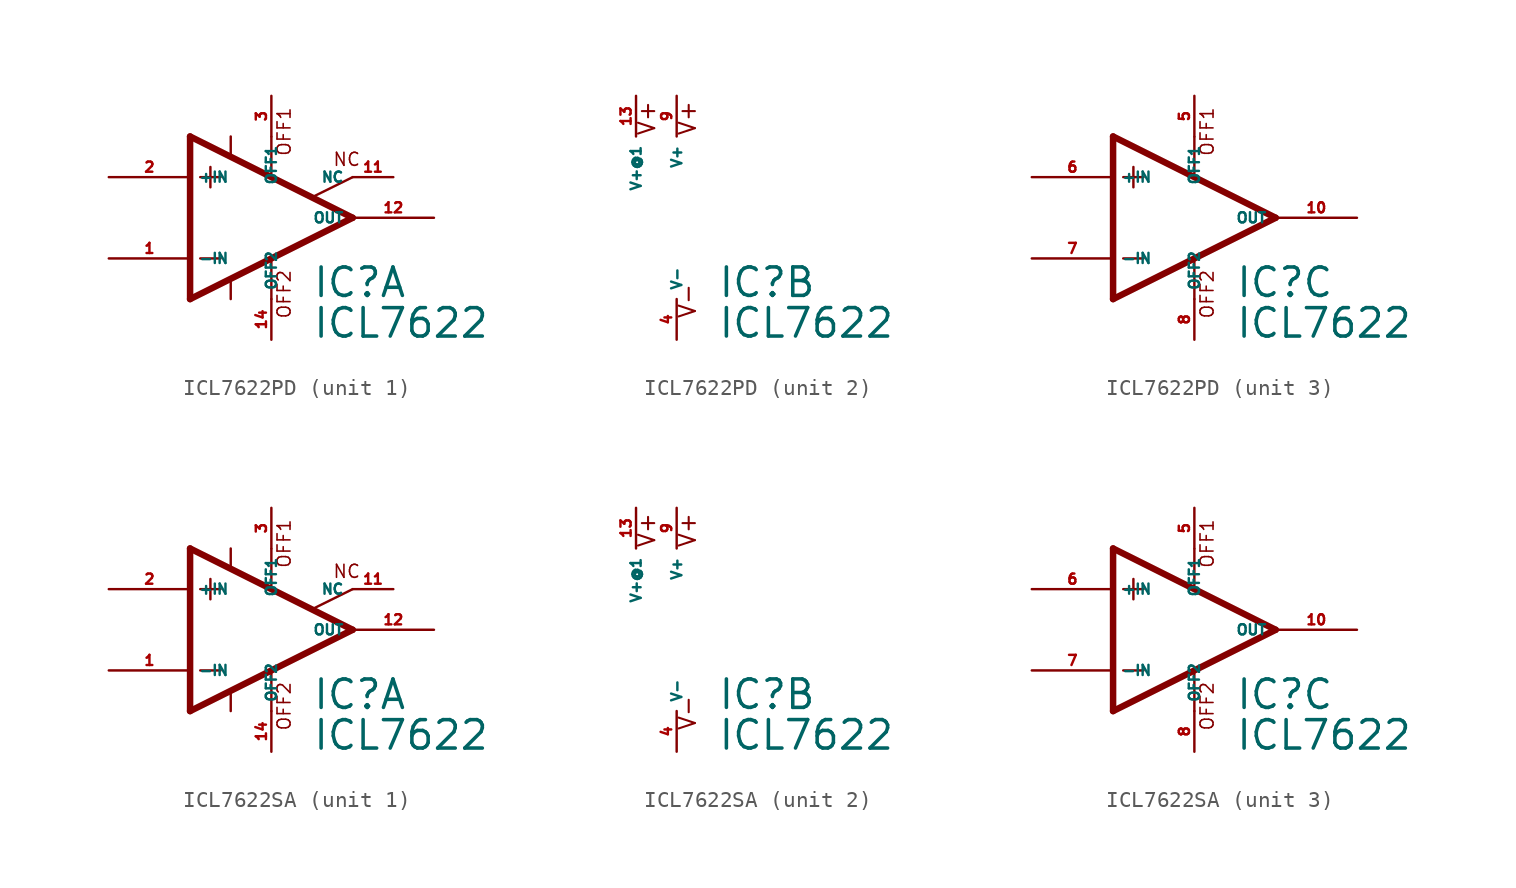
<source format=kicad_sym>
(kicad_symbol_lib
  (version 20220914)
  (generator Eagle2Kicad)
  (symbol "ICL7622PD"
    (property "Reference" "IC"
      (at 2.54 -5.08 0)
      (effects (font (size 1.778 1.778) (thickness 0.22)) (justify left bottom)))
    (property "Value" "ICL7622"
      (at 2.54 -7.62 0)
      (effects (font (size 1.778 1.778) (thickness 0.22)) (justify left bottom)))
    (symbol "ICL7622PD_1_0"
      (polyline (pts (xy -3.81 3.175) (xy -3.81 1.905)) (stroke (width 0.152) (type default)) (fill (type none)))
      (polyline (pts (xy -4.445 2.54) (xy -3.175 2.54)) (stroke (width 0.152) (type default)) (fill (type none)))
      (polyline (pts (xy -4.445 -2.54) (xy -3.175 -2.54)) (stroke (width 0.152) (type default)) (fill (type none)))
      (polyline (pts (xy -2.54 5.08) (xy -2.54 3.886)) (stroke (width 0.152) (type default)) (fill (type none)))
      (polyline (pts (xy 0 5.055) (xy 0 2.616)) (stroke (width 0.152) (type default)) (fill (type none)))
      (polyline (pts (xy 0 -2.616) (xy 0 -5.08)) (stroke (width 0.152) (type default)) (fill (type none)))
      (polyline (pts (xy -2.54 -3.912) (xy -2.54 -5.08)) (stroke (width 0.152) (type default)) (fill (type none)))
      (polyline (pts (xy 5.08 2.54) (xy 2.616 1.321)) (stroke (width 0.152) (type default)) (fill (type none)))
      (polyline (pts (xy 5.08 0) (xy -5.08 5.08)) (stroke (width 0.406) (type default)) (fill (type none)))
      (polyline (pts (xy -5.08 5.08) (xy -5.08 -5.08)) (stroke (width 0.406) (type default)) (fill (type none)))
      (polyline (pts (xy -5.08 -5.08) (xy 5.08 0)) (stroke (width 0.406) (type default)) (fill (type none)))
      (text "OFF1" (at 1.27 3.81 900) (effects (font (size 0.813 0.813) (thickness 0.10)) (justify left bottom)))
      (text "OFF2" (at 1.27 -6.35 900) (effects (font (size 0.813 0.813) (thickness 0.10)) (justify left bottom)))
      (text "NC" (at 3.81 3.175 0) (effects (font (size 0.813 0.813) (thickness 0.10)) (justify left bottom)))
      (pin passive line (at 7.62 2.54 180) (length 2.54) (name "NC" (effects (font (size 0.635 0.635) (thickness 0.08)) (justify left bottom))) (number "11" (effects (font (size 0.635 0.635) (thickness 0.08)) (justify left bottom))))
      (pin passive line (at 0 7.62 270) (length 2.54) (name "OFF1" (effects (font (size 0.635 0.635) (thickness 0.08)) (justify left bottom))) (number "3" (effects (font (size 0.635 0.635) (thickness 0.08)) (justify left bottom))))
      (pin input line (at -10.16 -2.54 0) (length 5.08) (name "-IN" (effects (font (size 0.635 0.635) (thickness 0.08)) (justify left bottom))) (number "1" (effects (font (size 0.635 0.635) (thickness 0.08)) (justify left bottom))))
      (pin input line (at -10.16 2.54 0) (length 5.08) (name "+IN" (effects (font (size 0.635 0.635) (thickness 0.08)) (justify left bottom))) (number "2" (effects (font (size 0.635 0.635) (thickness 0.08)) (justify left bottom))))
      (pin output line (at 10.16 0 180) (length 5.08) (name "OUT" (effects (font (size 0.635 0.635) (thickness 0.08)) (justify left bottom))) (number "12" (effects (font (size 0.635 0.635) (thickness 0.08)) (justify left bottom))))
      (pin passive line (at 0 -7.62 90) (length 2.54) (name "OFF2" (effects (font (size 0.635 0.635) (thickness 0.08)) (justify left bottom))) (number "14" (effects (font (size 0.635 0.635) (thickness 0.08)) (justify left bottom)))))
    (symbol "ICL7622PD_2_0"
      (text "V+" (at 1.27 5.08 900) (effects (font (size 1.016 1.016) (thickness 0.13)) (justify left bottom)))
      (text "V-" (at 1.27 -6.35 900) (effects (font (size 1.016 1.016) (thickness 0.13)) (justify left bottom)))
      (text "V+" (at -1.27 5.08 900) (effects (font (size 1.016 1.016) (thickness 0.13)) (justify left bottom)))
      (pin unspecified line (at 0 7.62 270) (length 2.54) (name "V+" (effects (font (size 0.635 0.635) (thickness 0.08)) (justify left bottom))) (number "9" (effects (font (size 0.635 0.635) (thickness 0.08)) (justify left bottom))))
      (pin unspecified line (at 0 -7.62 90) (length 2.54) (name "V-" (effects (font (size 0.635 0.635) (thickness 0.08)) (justify left bottom))) (number "4" (effects (font (size 0.635 0.635) (thickness 0.08)) (justify left bottom))))
      (pin unspecified line (at -2.54 7.62 270) (length 2.54) (name "V+@1" (effects (font (size 0.635 0.635) (thickness 0.08)) (justify left bottom))) (number "13" (effects (font (size 0.635 0.635) (thickness 0.08)) (justify left bottom)))))
    (symbol "ICL7622PD_3_0"
      (polyline (pts (xy -3.81 3.175) (xy -3.81 1.905)) (stroke (width 0.152) (type default)) (fill (type none)))
      (polyline (pts (xy -4.445 2.54) (xy -3.175 2.54)) (stroke (width 0.152) (type default)) (fill (type none)))
      (polyline (pts (xy -4.445 -2.54) (xy -3.175 -2.54)) (stroke (width 0.152) (type default)) (fill (type none)))
      (polyline (pts (xy 0 5.055) (xy 0 2.616)) (stroke (width 0.152) (type default)) (fill (type none)))
      (polyline (pts (xy 0 -2.616) (xy 0 -5.08)) (stroke (width 0.152) (type default)) (fill (type none)))
      (polyline (pts (xy 5.08 0) (xy -5.08 5.08)) (stroke (width 0.406) (type default)) (fill (type none)))
      (polyline (pts (xy -5.08 5.08) (xy -5.08 -5.08)) (stroke (width 0.406) (type default)) (fill (type none)))
      (polyline (pts (xy -5.08 -5.08) (xy 5.08 0)) (stroke (width 0.406) (type default)) (fill (type none)))
      (text "OFF1" (at 1.27 3.81 900) (effects (font (size 0.813 0.813) (thickness 0.10)) (justify left bottom)))
      (text "OFF2" (at 1.27 -6.35 900) (effects (font (size 0.813 0.813) (thickness 0.10)) (justify left bottom)))
      (pin passive line (at 0 7.62 270) (length 2.54) (name "OFF1" (effects (font (size 0.635 0.635) (thickness 0.08)) (justify left bottom))) (number "5" (effects (font (size 0.635 0.635) (thickness 0.08)) (justify left bottom))))
      (pin input line (at -10.16 -2.54 0) (length 5.08) (name "-IN" (effects (font (size 0.635 0.635) (thickness 0.08)) (justify left bottom))) (number "7" (effects (font (size 0.635 0.635) (thickness 0.08)) (justify left bottom))))
      (pin input line (at -10.16 2.54 0) (length 5.08) (name "+IN" (effects (font (size 0.635 0.635) (thickness 0.08)) (justify left bottom))) (number "6" (effects (font (size 0.635 0.635) (thickness 0.08)) (justify left bottom))))
      (pin output line (at 10.16 0 180) (length 5.08) (name "OUT" (effects (font (size 0.635 0.635) (thickness 0.08)) (justify left bottom))) (number "10" (effects (font (size 0.635 0.635) (thickness 0.08)) (justify left bottom))))
      (pin passive line (at 0 -7.62 90) (length 2.54) (name "OFF2" (effects (font (size 0.635 0.635) (thickness 0.08)) (justify left bottom))) (number "8" (effects (font (size 0.635 0.635) (thickness 0.08)) (justify left bottom))))))
  (symbol "ICL7622SA"
    (property "Reference" "IC"
      (at 2.54 -5.08 0)
      (effects (font (size 1.778 1.778) (thickness 0.22)) (justify left bottom)))
    (property "Value" "ICL7622"
      (at 2.54 -7.62 0)
      (effects (font (size 1.778 1.778) (thickness 0.22)) (justify left bottom)))
    (symbol "ICL7622SA_1_0"
      (polyline (pts (xy -3.81 3.175) (xy -3.81 1.905)) (stroke (width 0.152) (type default)) (fill (type none)))
      (polyline (pts (xy -4.445 2.54) (xy -3.175 2.54)) (stroke (width 0.152) (type default)) (fill (type none)))
      (polyline (pts (xy -4.445 -2.54) (xy -3.175 -2.54)) (stroke (width 0.152) (type default)) (fill (type none)))
      (polyline (pts (xy -2.54 5.08) (xy -2.54 3.886)) (stroke (width 0.152) (type default)) (fill (type none)))
      (polyline (pts (xy 0 5.055) (xy 0 2.616)) (stroke (width 0.152) (type default)) (fill (type none)))
      (polyline (pts (xy 0 -2.616) (xy 0 -5.08)) (stroke (width 0.152) (type default)) (fill (type none)))
      (polyline (pts (xy -2.54 -3.912) (xy -2.54 -5.08)) (stroke (width 0.152) (type default)) (fill (type none)))
      (polyline (pts (xy 5.08 2.54) (xy 2.616 1.321)) (stroke (width 0.152) (type default)) (fill (type none)))
      (polyline (pts (xy 5.08 0) (xy -5.08 5.08)) (stroke (width 0.406) (type default)) (fill (type none)))
      (polyline (pts (xy -5.08 5.08) (xy -5.08 -5.08)) (stroke (width 0.406) (type default)) (fill (type none)))
      (polyline (pts (xy -5.08 -5.08) (xy 5.08 0)) (stroke (width 0.406) (type default)) (fill (type none)))
      (text "OFF1" (at 1.27 3.81 900) (effects (font (size 0.813 0.813) (thickness 0.10)) (justify left bottom)))
      (text "OFF2" (at 1.27 -6.35 900) (effects (font (size 0.813 0.813) (thickness 0.10)) (justify left bottom)))
      (text "NC" (at 3.81 3.175 0) (effects (font (size 0.813 0.813) (thickness 0.10)) (justify left bottom)))
      (pin passive line (at 7.62 2.54 180) (length 2.54) (name "NC" (effects (font (size 0.635 0.635) (thickness 0.08)) (justify left bottom))) (number "11" (effects (font (size 0.635 0.635) (thickness 0.08)) (justify left bottom))))
      (pin passive line (at 0 7.62 270) (length 2.54) (name "OFF1" (effects (font (size 0.635 0.635) (thickness 0.08)) (justify left bottom))) (number "3" (effects (font (size 0.635 0.635) (thickness 0.08)) (justify left bottom))))
      (pin input line (at -10.16 -2.54 0) (length 5.08) (name "-IN" (effects (font (size 0.635 0.635) (thickness 0.08)) (justify left bottom))) (number "1" (effects (font (size 0.635 0.635) (thickness 0.08)) (justify left bottom))))
      (pin input line (at -10.16 2.54 0) (length 5.08) (name "+IN" (effects (font (size 0.635 0.635) (thickness 0.08)) (justify left bottom))) (number "2" (effects (font (size 0.635 0.635) (thickness 0.08)) (justify left bottom))))
      (pin output line (at 10.16 0 180) (length 5.08) (name "OUT" (effects (font (size 0.635 0.635) (thickness 0.08)) (justify left bottom))) (number "12" (effects (font (size 0.635 0.635) (thickness 0.08)) (justify left bottom))))
      (pin passive line (at 0 -7.62 90) (length 2.54) (name "OFF2" (effects (font (size 0.635 0.635) (thickness 0.08)) (justify left bottom))) (number "14" (effects (font (size 0.635 0.635) (thickness 0.08)) (justify left bottom)))))
    (symbol "ICL7622SA_2_0"
      (text "V+" (at 1.27 5.08 900) (effects (font (size 1.016 1.016) (thickness 0.13)) (justify left bottom)))
      (text "V-" (at 1.27 -6.35 900) (effects (font (size 1.016 1.016) (thickness 0.13)) (justify left bottom)))
      (text "V+" (at -1.27 5.08 900) (effects (font (size 1.016 1.016) (thickness 0.13)) (justify left bottom)))
      (pin unspecified line (at 0 7.62 270) (length 2.54) (name "V+" (effects (font (size 0.635 0.635) (thickness 0.08)) (justify left bottom))) (number "9" (effects (font (size 0.635 0.635) (thickness 0.08)) (justify left bottom))))
      (pin unspecified line (at 0 -7.62 90) (length 2.54) (name "V-" (effects (font (size 0.635 0.635) (thickness 0.08)) (justify left bottom))) (number "4" (effects (font (size 0.635 0.635) (thickness 0.08)) (justify left bottom))))
      (pin unspecified line (at -2.54 7.62 270) (length 2.54) (name "V+@1" (effects (font (size 0.635 0.635) (thickness 0.08)) (justify left bottom))) (number "13" (effects (font (size 0.635 0.635) (thickness 0.08)) (justify left bottom)))))
    (symbol "ICL7622SA_3_0"
      (polyline (pts (xy -3.81 3.175) (xy -3.81 1.905)) (stroke (width 0.152) (type default)) (fill (type none)))
      (polyline (pts (xy -4.445 2.54) (xy -3.175 2.54)) (stroke (width 0.152) (type default)) (fill (type none)))
      (polyline (pts (xy -4.445 -2.54) (xy -3.175 -2.54)) (stroke (width 0.152) (type default)) (fill (type none)))
      (polyline (pts (xy 0 5.055) (xy 0 2.616)) (stroke (width 0.152) (type default)) (fill (type none)))
      (polyline (pts (xy 0 -2.616) (xy 0 -5.08)) (stroke (width 0.152) (type default)) (fill (type none)))
      (polyline (pts (xy 5.08 0) (xy -5.08 5.08)) (stroke (width 0.406) (type default)) (fill (type none)))
      (polyline (pts (xy -5.08 5.08) (xy -5.08 -5.08)) (stroke (width 0.406) (type default)) (fill (type none)))
      (polyline (pts (xy -5.08 -5.08) (xy 5.08 0)) (stroke (width 0.406) (type default)) (fill (type none)))
      (text "OFF1" (at 1.27 3.81 900) (effects (font (size 0.813 0.813) (thickness 0.10)) (justify left bottom)))
      (text "OFF2" (at 1.27 -6.35 900) (effects (font (size 0.813 0.813) (thickness 0.10)) (justify left bottom)))
      (pin passive line (at 0 7.62 270) (length 2.54) (name "OFF1" (effects (font (size 0.635 0.635) (thickness 0.08)) (justify left bottom))) (number "5" (effects (font (size 0.635 0.635) (thickness 0.08)) (justify left bottom))))
      (pin input line (at -10.16 -2.54 0) (length 5.08) (name "-IN" (effects (font (size 0.635 0.635) (thickness 0.08)) (justify left bottom))) (number "7" (effects (font (size 0.635 0.635) (thickness 0.08)) (justify left bottom))))
      (pin input line (at -10.16 2.54 0) (length 5.08) (name "+IN" (effects (font (size 0.635 0.635) (thickness 0.08)) (justify left bottom))) (number "6" (effects (font (size 0.635 0.635) (thickness 0.08)) (justify left bottom))))
      (pin output line (at 10.16 0 180) (length 5.08) (name "OUT" (effects (font (size 0.635 0.635) (thickness 0.08)) (justify left bottom))) (number "10" (effects (font (size 0.635 0.635) (thickness 0.08)) (justify left bottom))))
      (pin passive line (at 0 -7.62 90) (length 2.54) (name "OFF2" (effects (font (size 0.635 0.635) (thickness 0.08)) (justify left bottom))) (number "8" (effects (font (size 0.635 0.635) (thickness 0.08)) (justify left bottom)))))))
</source>
